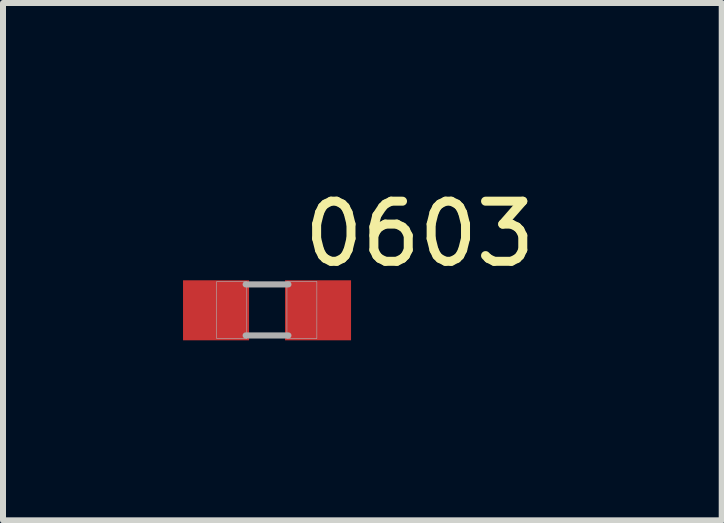
<source format=kicad_pcb>
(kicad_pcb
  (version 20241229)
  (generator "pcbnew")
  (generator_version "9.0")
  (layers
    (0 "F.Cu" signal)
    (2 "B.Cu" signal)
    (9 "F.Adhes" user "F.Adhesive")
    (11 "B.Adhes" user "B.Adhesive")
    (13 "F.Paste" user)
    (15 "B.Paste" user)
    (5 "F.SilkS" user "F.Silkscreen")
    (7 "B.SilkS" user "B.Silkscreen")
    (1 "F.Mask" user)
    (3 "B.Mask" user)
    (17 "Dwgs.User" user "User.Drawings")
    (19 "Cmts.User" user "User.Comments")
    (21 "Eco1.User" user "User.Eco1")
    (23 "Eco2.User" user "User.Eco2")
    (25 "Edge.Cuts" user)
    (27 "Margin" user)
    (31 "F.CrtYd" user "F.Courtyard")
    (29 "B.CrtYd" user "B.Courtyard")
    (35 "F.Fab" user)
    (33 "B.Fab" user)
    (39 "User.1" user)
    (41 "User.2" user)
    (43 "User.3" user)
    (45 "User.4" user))
  (footprint "0603"
    (layer "F.Cu")
    (at 1.4 2.121)
    (property "Reference" "0603" (at 2.544 -1.272 0) (layer "F.SilkS") (effects (font (size 1.002 1.002) (thickness 0.15))))
    (attr smd)
    (fp_line (start -0.356 -0.432) (end 0.356 -0.432) (stroke (width 0.102) (type solid)) (layer "F.Fab"))
    (fp_line (start -0.356 0.419) (end 0.356 0.419) (stroke (width 0.102) (type solid)) (layer "F.Fab"))
    (fp_poly (pts (xy -0.84 -0.48) (xy -0.338 -0.48) (xy -0.338 0.471) (xy -0.84 0.471)) (stroke (width 0.01) (type solid)) (fill no) (layer "F.Fab"))
    (fp_poly (pts (xy 0.331 -0.48) (xy 0.83 -0.48) (xy 0.83 0.471) (xy 0.331 0.471)) (stroke (width 0.01) (type solid)) (fill no) (layer "F.Fab"))
    (pad "1" smd rect (at -0.85 0) (size 1.1 1) (layers "F.Cu" "F.Mask" "F.Paste"))
    (pad "2" smd rect (at 0.85 0) (size 1.1 1) (layers "F.Cu" "F.Mask" "F.Paste")))
  (gr_rect
    (start -3 -3)
    (end 8.977 5.621)
    (stroke (width 0.1) (type default))
    (fill no)
    (layer "Edge.Cuts")))
</source>
